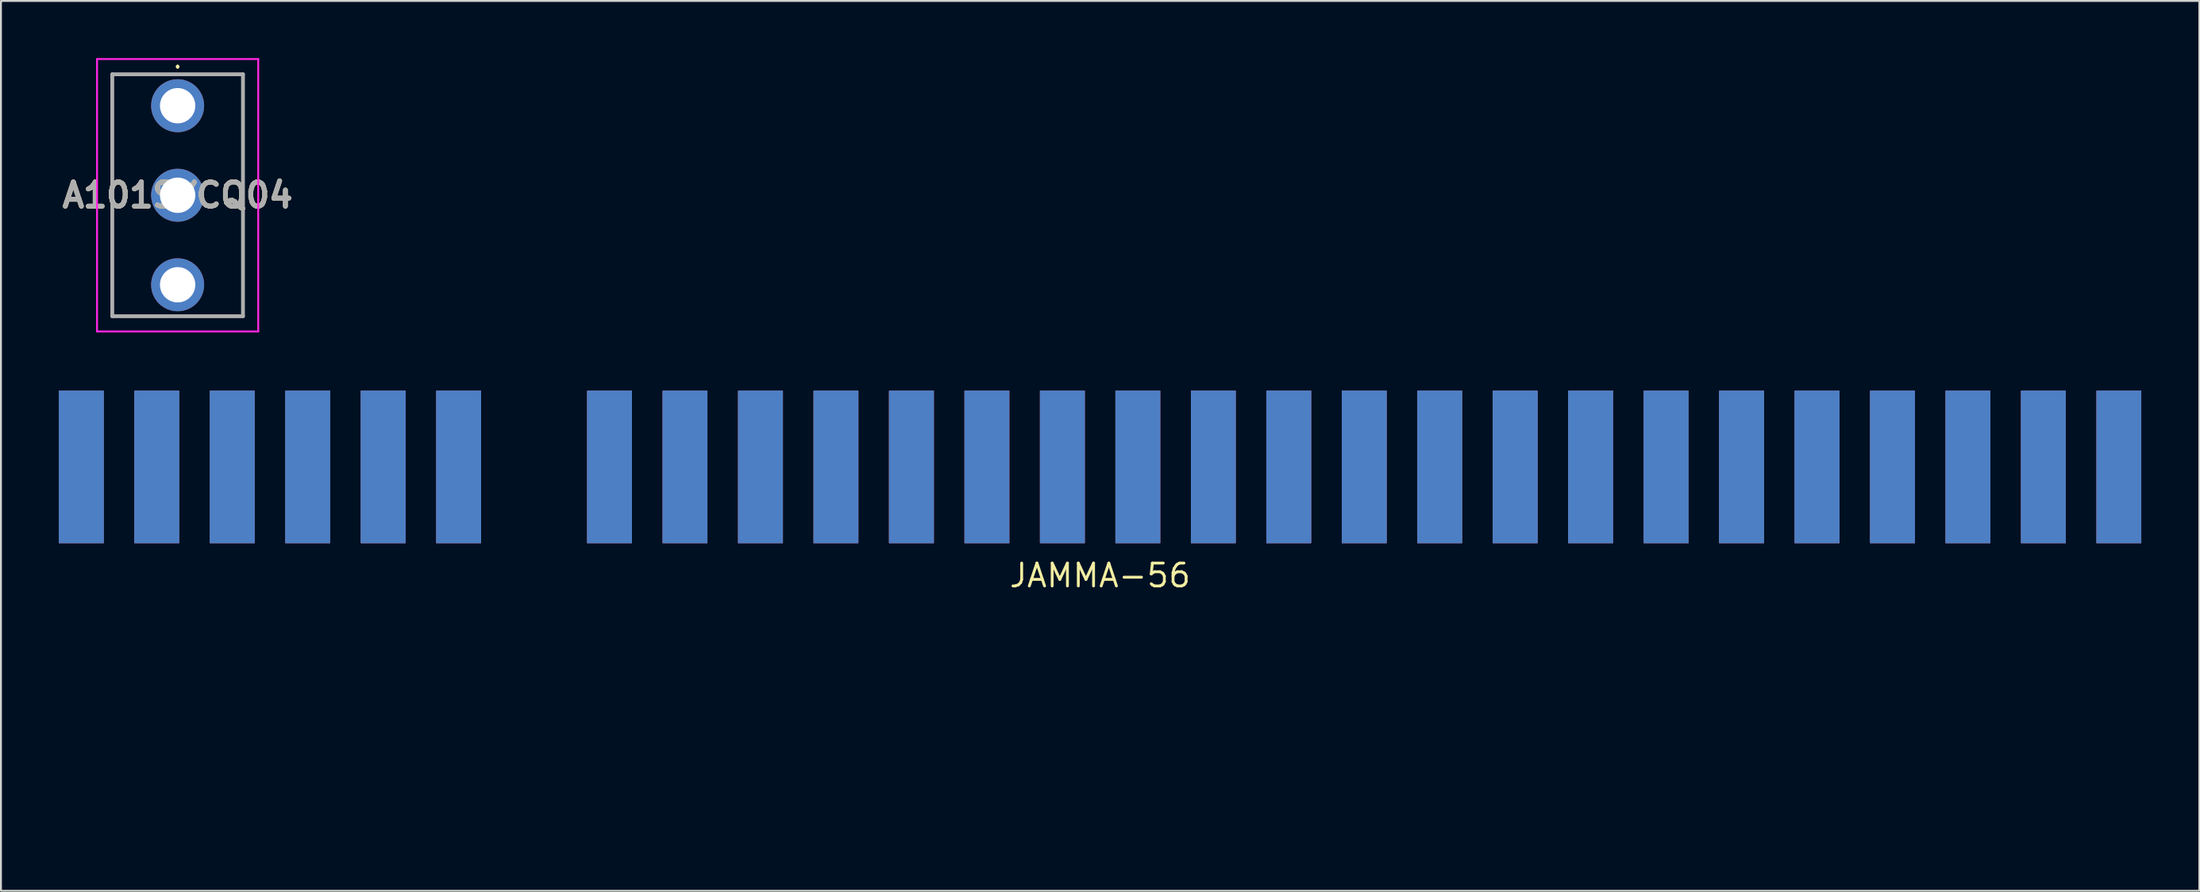
<source format=kicad_pcb>
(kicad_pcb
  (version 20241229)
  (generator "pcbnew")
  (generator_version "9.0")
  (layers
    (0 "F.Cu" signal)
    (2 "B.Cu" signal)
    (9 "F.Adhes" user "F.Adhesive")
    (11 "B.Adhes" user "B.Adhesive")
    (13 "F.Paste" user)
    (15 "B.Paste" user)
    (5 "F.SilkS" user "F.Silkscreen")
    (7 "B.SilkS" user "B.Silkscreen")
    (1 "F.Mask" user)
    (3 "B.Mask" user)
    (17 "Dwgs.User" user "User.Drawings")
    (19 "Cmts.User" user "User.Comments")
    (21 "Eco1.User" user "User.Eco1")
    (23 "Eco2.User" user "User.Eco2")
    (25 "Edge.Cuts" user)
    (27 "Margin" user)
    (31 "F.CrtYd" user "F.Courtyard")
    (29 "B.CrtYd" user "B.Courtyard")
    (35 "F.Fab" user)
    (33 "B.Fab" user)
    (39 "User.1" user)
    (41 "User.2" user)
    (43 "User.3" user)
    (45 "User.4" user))
  (footprint "A101SYCQ04"
    (layer "F.Cu")
    (at 6.271 2.5)
    (property "Reference" "A101SYCQ04" (at 0 4.7 0) (layer "F.SilkS") (effects (font (size 1.27 1.27) (thickness 0.254))))
    (attr through_hole)
    (fp_line (start -3.429 -1.65) (end -3.429 11.05) (stroke (width 0.1) (type solid)) (layer "F.SilkS"))
    (fp_line (start -3.429 11.05) (end -1.5 11.05) (stroke (width 0.1) (type solid)) (layer "F.SilkS"))
    (fp_line (start -1 -1.65) (end -3.429 -1.65) (stroke (width 0.1) (type solid)) (layer "F.SilkS"))
    (fp_line (start 0 -2.1) (end 0 -2.1) (stroke (width 0.1) (type solid)) (layer "F.SilkS"))
    (fp_line (start 0 -2) (end 0 -2) (stroke (width 0.1) (type solid)) (layer "F.SilkS"))
    (fp_line (start 1 11.05) (end 3.429 11.05) (stroke (width 0.1) (type solid)) (layer "F.SilkS"))
    (fp_line (start 3.429 -1.65) (end 1 -1.65) (stroke (width 0.1) (type solid)) (layer "F.SilkS"))
    (fp_line (start 3.429 11.05) (end 3.429 -1.65) (stroke (width 0.1) (type solid)) (layer "F.SilkS"))
    (fp_arc (start 0 -2.1) (mid 0.05 -2.05) (end 0 -2) (stroke (width 0.1) (type solid)) (layer "F.SilkS"))
    (fp_arc (start 0 -2) (mid -0.05 -2.05) (end 0 -2.1) (stroke (width 0.1) (type solid)) (layer "F.SilkS"))
    (fp_line (start -4.229 -2.45) (end 4.229 -2.45) (stroke (width 0.1) (type solid)) (layer "F.CrtYd"))
    (fp_line (start -4.229 11.85) (end -4.229 -2.45) (stroke (width 0.1) (type solid)) (layer "F.CrtYd"))
    (fp_line (start 4.229 -2.45) (end 4.229 11.85) (stroke (width 0.1) (type solid)) (layer "F.CrtYd"))
    (fp_line (start 4.229 11.85) (end -4.229 11.85) (stroke (width 0.1) (type solid)) (layer "F.CrtYd"))
    (fp_line (start -3.429 -1.65) (end 3.429 -1.65) (stroke (width 0.2) (type solid)) (layer "F.Fab"))
    (fp_line (start -3.429 11.05) (end -3.429 -1.65) (stroke (width 0.2) (type solid)) (layer "F.Fab"))
    (fp_line (start 3.429 -1.65) (end 3.429 11.05) (stroke (width 0.2) (type solid)) (layer "F.Fab"))
    (fp_line (start 3.429 11.05) (end -3.429 11.05) (stroke (width 0.2) (type solid)) (layer "F.Fab"))
    (fp_text user "${REFERENCE}" (at 0 4.7 0) (layer "F.Fab") (effects (font (size 1.27 1.27) (thickness 0.254))))
    (pad "1" thru_hole circle (at 0 0) (size 2.781 2.781) (drill 1.854) (layers "*.Cu" "*.Mask"))
    (pad "2" thru_hole circle (at 0 4.7) (size 2.781 2.781) (drill 1.854) (layers "*.Cu" "*.Mask"))
    (pad "3" thru_hole circle (at 0 9.4) (size 2.781 2.781) (drill 1.854) (layers "*.Cu" "*.Mask")))
  (footprint "JAMMA-56"
    (layer "F.Cu")
    (at 55.676 40.462)
    (property "Reference" "JAMMA-56" (at -1 -13.3 0) (layer "F.SilkS") (effects (font (size 1.2 1.2) (thickness 0.15))))
    (attr through_hole)
    (fp_poly (pts (xy -53.289 -15.011) (xy -55.626 -15.011) (xy -55.626 -23) (xy -53.289 -23)) (stroke (width 0.1) (type solid)) (fill yes) (layer "B.Mask"))
    (fp_poly (pts (xy -49.34 -15.011) (xy -51.676 -15.011) (xy -51.676 -23) (xy -49.34 -23)) (stroke (width 0.1) (type solid)) (fill yes) (layer "B.Mask"))
    (fp_poly (pts (xy -45.364 -15.011) (xy -47.701 -15.011) (xy -47.701 -23) (xy -45.364 -23)) (stroke (width 0.1) (type solid)) (fill yes) (layer "B.Mask"))
    (fp_poly (pts (xy -41.415 -15.011) (xy -43.752 -15.011) (xy -43.752 -23) (xy -41.415 -23)) (stroke (width 0.1) (type solid)) (fill yes) (layer "B.Mask"))
    (fp_poly (pts (xy -37.452 -15.011) (xy -39.789 -15.011) (xy -39.789 -23) (xy -37.452 -23)) (stroke (width 0.1) (type solid)) (fill yes) (layer "B.Mask"))
    (fp_poly (pts (xy -33.503 -15.011) (xy -35.839 -15.011) (xy -35.839 -23) (xy -33.503 -23)) (stroke (width 0.1) (type solid)) (fill yes) (layer "B.Mask"))
    (fp_poly (pts (xy -25.565 -14.999) (xy -27.902 -14.999) (xy -27.902 -22.987) (xy -25.565 -22.987)) (stroke (width 0.1) (type solid)) (fill yes) (layer "B.Mask"))
    (fp_poly (pts (xy -21.615 -14.999) (xy -23.952 -14.999) (xy -23.952 -22.987) (xy -21.615 -22.987)) (stroke (width 0.1) (type solid)) (fill yes) (layer "B.Mask"))
    (fp_poly (pts (xy -17.64 -14.999) (xy -19.977 -14.999) (xy -19.977 -22.987) (xy -17.64 -22.987)) (stroke (width 0.1) (type solid)) (fill yes) (layer "B.Mask"))
    (fp_poly (pts (xy -13.691 -14.999) (xy -16.027 -14.999) (xy -16.027 -22.987) (xy -13.691 -22.987)) (stroke (width 0.1) (type solid)) (fill yes) (layer "B.Mask"))
    (fp_poly (pts (xy -9.728 -14.999) (xy -12.065 -14.999) (xy -12.065 -22.987) (xy -9.728 -22.987)) (stroke (width 0.1) (type solid)) (fill yes) (layer "B.Mask"))
    (fp_poly (pts (xy -5.779 -14.999) (xy -8.115 -14.999) (xy -8.115 -22.987) (xy -5.779 -22.987)) (stroke (width 0.1) (type solid)) (fill yes) (layer "B.Mask"))
    (fp_poly (pts (xy -1.816 -15.011) (xy -4.153 -15.011) (xy -4.153 -23) (xy -1.816 -23)) (stroke (width 0.1) (type solid)) (fill yes) (layer "B.Mask"))
    (fp_poly (pts (xy 2.134 -15.011) (xy -0.203 -15.011) (xy -0.203 -23) (xy 2.134 -23)) (stroke (width 0.1) (type solid)) (fill yes) (layer "B.Mask"))
    (fp_poly (pts (xy 6.109 -15.011) (xy 3.772 -15.011) (xy 3.772 -23) (xy 6.109 -23)) (stroke (width 0.1) (type solid)) (fill yes) (layer "B.Mask"))
    (fp_poly (pts (xy 10.058 -15.011) (xy 7.722 -15.011) (xy 7.722 -23) (xy 10.058 -23)) (stroke (width 0.1) (type solid)) (fill yes) (layer "B.Mask"))
    (fp_poly (pts (xy 14.021 -15.011) (xy 11.684 -15.011) (xy 11.684 -23) (xy 14.021 -23)) (stroke (width 0.1) (type solid)) (fill yes) (layer "B.Mask"))
    (fp_poly (pts (xy 17.971 -15.011) (xy 15.634 -15.011) (xy 15.634 -23) (xy 17.971 -23)) (stroke (width 0.1) (type solid)) (fill yes) (layer "B.Mask"))
    (fp_poly (pts (xy 21.971 -15.011) (xy 19.634 -15.011) (xy 19.634 -23) (xy 21.971 -23)) (stroke (width 0.1) (type solid)) (fill yes) (layer "B.Mask"))
    (fp_poly (pts (xy 25.933 -15.011) (xy 23.597 -15.011) (xy 23.597 -23) (xy 25.933 -23)) (stroke (width 0.1) (type solid)) (fill yes) (layer "B.Mask"))
    (fp_poly (pts (xy 29.883 -15.011) (xy 27.546 -15.011) (xy 27.546 -23) (xy 29.883 -23)) (stroke (width 0.1) (type solid)) (fill yes) (layer "B.Mask"))
    (fp_poly (pts (xy 33.846 -15.024) (xy 31.509 -15.024) (xy 31.509 -23.012) (xy 33.846 -23.012)) (stroke (width 0.1) (type solid)) (fill yes) (layer "B.Mask"))
    (fp_poly (pts (xy 37.795 -15.024) (xy 35.458 -15.024) (xy 35.458 -23.012) (xy 37.795 -23.012)) (stroke (width 0.1) (type solid)) (fill yes) (layer "B.Mask"))
    (fp_poly (pts (xy 41.77 -15.024) (xy 39.434 -15.024) (xy 39.434 -23.012) (xy 41.77 -23.012)) (stroke (width 0.1) (type solid)) (fill yes) (layer "B.Mask"))
    (fp_poly (pts (xy 45.72 -15.024) (xy 43.383 -15.024) (xy 43.383 -23.012) (xy 45.72 -23.012)) (stroke (width 0.1) (type solid)) (fill yes) (layer "B.Mask"))
    (fp_poly (pts (xy 49.682 -15.024) (xy 47.346 -15.024) (xy 47.346 -23.012) (xy 49.682 -23.012)) (stroke (width 0.1) (type solid)) (fill yes) (layer "B.Mask"))
    (fp_poly (pts (xy 53.632 -15.024) (xy 51.295 -15.024) (xy 51.295 -23.012) (xy 53.632 -23.012)) (stroke (width 0.1) (type solid)) (fill yes) (layer "B.Mask"))
    (pad "1" smd rect (at -54.46 -19) (size 2.35 8) (layers "F.Cu" "F.Mask" "F.Paste"))
    (pad "1" smd rect (at -54.46 -19) (size 2.35 8) (layers "F.Cu" "F.Mask" "F.Paste"))
    (pad "2" smd rect (at -50.5 -19) (size 2.35 8) (layers "F.Cu" "F.Mask" "F.Paste"))
    (pad "2" smd rect (at -50.5 -19) (size 2.35 8) (layers "F.Cu" "F.Mask" "F.Paste"))
    (pad "3" smd rect (at -46.54 -19) (size 2.35 8) (layers "F.Cu" "F.Mask" "F.Paste"))
    (pad "3" smd rect (at -46.54 -19) (size 2.35 8) (layers "F.Cu" "F.Mask" "F.Paste"))
    (pad "4" smd rect (at -42.58 -19) (size 2.35 8) (layers "F.Cu" "F.Mask" "F.Paste"))
    (pad "4" smd rect (at -42.58 -19) (size 2.35 8) (layers "F.Cu" "F.Mask" "F.Paste"))
    (pad "5" smd rect (at -38.62 -19) (size 2.35 8) (layers "F.Cu" "F.Mask" "F.Paste"))
    (pad "5" smd rect (at -38.62 -19) (size 2.35 8) (layers "F.Cu" "F.Mask" "F.Paste"))
    (pad "6" smd rect (at -34.66 -19) (size 2.35 8) (layers "F.Cu" "F.Mask" "F.Paste"))
    (pad "6" smd rect (at -34.66 -19) (size 2.35 8) (layers "F.Cu" "F.Mask" "F.Paste"))
    (pad "8" smd rect (at -26.74 -19) (size 2.35 8) (layers "F.Cu" "F.Mask" "F.Paste"))
    (pad "8" smd rect (at -26.74 -19) (size 2.35 8) (layers "F.Cu" "F.Mask" "F.Paste"))
    (pad "9" smd rect (at -22.78 -19) (size 2.35 8) (layers "F.Cu" "F.Mask" "F.Paste"))
    (pad "9" smd rect (at -22.78 -19) (size 2.35 8) (layers "F.Cu" "F.Mask" "F.Paste"))
    (pad "10" smd rect (at -18.82 -19) (size 2.35 8) (layers "F.Cu" "F.Mask" "F.Paste"))
    (pad "10" smd rect (at -18.82 -19) (size 2.35 8) (layers "F.Cu" "F.Mask" "F.Paste"))
    (pad "11" smd rect (at -14.86 -19) (size 2.35 8) (layers "F.Cu" "F.Mask" "F.Paste"))
    (pad "11" smd rect (at -14.86 -19) (size 2.35 8) (layers "F.Cu" "F.Mask" "F.Paste"))
    (pad "12" smd rect (at -10.9 -19) (size 2.35 8) (layers "F.Cu" "F.Mask" "F.Paste"))
    (pad "12" smd rect (at -10.9 -19) (size 2.35 8) (layers "F.Cu" "F.Mask" "F.Paste"))
    (pad "13" smd rect (at -6.94 -19) (size 2.35 8) (layers "F.Cu" "F.Mask" "F.Paste"))
    (pad "13" smd rect (at -6.94 -19) (size 2.35 8) (layers "F.Cu" "F.Mask" "F.Paste"))
    (pad "14" smd rect (at -2.98 -19) (size 2.35 8) (layers "F.Cu" "F.Mask" "F.Paste"))
    (pad "14" smd rect (at -2.98 -19) (size 2.35 8) (layers "F.Cu" "F.Mask" "F.Paste"))
    (pad "15" smd rect (at 0.98 -19) (size 2.35 8) (layers "F.Cu" "F.Mask" "F.Paste"))
    (pad "15" smd rect (at 0.98 -19) (size 2.35 8) (layers "F.Cu" "F.Mask" "F.Paste"))
    (pad "16" smd rect (at 4.94 -19) (size 2.35 8) (layers "F.Cu" "F.Mask" "F.Paste"))
    (pad "16" smd rect (at 4.94 -19) (size 2.35 8) (layers "F.Cu" "F.Mask" "F.Paste"))
    (pad "17" smd rect (at 8.9 -19) (size 2.35 8) (layers "F.Cu" "F.Mask" "F.Paste"))
    (pad "17" smd rect (at 8.9 -19) (size 2.35 8) (layers "F.Cu" "F.Mask" "F.Paste"))
    (pad "18" smd rect (at 12.86 -19) (size 2.35 8) (layers "F.Cu" "F.Mask" "F.Paste"))
    (pad "18" smd rect (at 12.86 -19) (size 2.35 8) (layers "F.Cu" "F.Mask" "F.Paste"))
    (pad "19" smd rect (at 16.82 -19) (size 2.35 8) (layers "F.Cu" "F.Mask" "F.Paste"))
    (pad "19" smd rect (at 16.82 -19) (size 2.35 8) (layers "F.Cu" "F.Mask" "F.Paste"))
    (pad "20" smd rect (at 20.78 -19) (size 2.35 8) (layers "F.Cu" "F.Mask" "F.Paste"))
    (pad "20" smd rect (at 20.78 -19) (size 2.35 8) (layers "F.Cu" "F.Mask" "F.Paste"))
    (pad "21" smd rect (at 24.74 -19) (size 2.35 8) (layers "F.Cu" "F.Mask" "F.Paste"))
    (pad "21" smd rect (at 24.74 -19) (size 2.35 8) (layers "F.Cu" "F.Mask" "F.Paste"))
    (pad "22" smd rect (at 28.7 -19) (size 2.35 8) (layers "F.Cu" "F.Mask" "F.Paste"))
    (pad "22" smd rect (at 28.7 -19) (size 2.35 8) (layers "F.Cu" "F.Mask" "F.Paste"))
    (pad "23" smd rect (at 32.66 -19) (size 2.35 8) (layers "F.Cu" "F.Mask" "F.Paste"))
    (pad "23" smd rect (at 32.66 -19) (size 2.35 8) (layers "F.Cu" "F.Mask" "F.Paste"))
    (pad "24" smd rect (at 36.62 -19) (size 2.35 8) (layers "F.Cu" "F.Mask" "F.Paste"))
    (pad "24" smd rect (at 36.62 -19) (size 2.35 8) (layers "F.Cu" "F.Mask" "F.Paste"))
    (pad "25" smd rect (at 40.58 -19) (size 2.35 8) (layers "F.Cu" "F.Mask" "F.Paste"))
    (pad "25" smd rect (at 40.58 -19) (size 2.35 8) (layers "F.Cu" "F.Mask" "F.Paste"))
    (pad "26" smd rect (at 44.54 -19) (size 2.35 8) (layers "F.Cu" "F.Mask" "F.Paste"))
    (pad "26" smd rect (at 44.54 -19) (size 2.35 8) (layers "F.Cu" "F.Mask" "F.Paste"))
    (pad "27" smd rect (at 48.5 -19) (size 2.35 8) (layers "F.Cu" "F.Mask" "F.Paste"))
    (pad "27" smd rect (at 48.5 -19) (size 2.35 8) (layers "F.Cu" "F.Mask" "F.Paste"))
    (pad "28" smd rect (at 52.46 -19) (size 2.35 8) (layers "F.Cu" "F.Mask" "F.Paste"))
    (pad "28" smd rect (at 52.46 -19) (size 2.35 8) (layers "F.Cu" "F.Mask" "F.Paste"))
    (pad "A" smd rect (at -54.46 -19) (size 2.35 8) (layers "F.Mask" "B.Cu" "F.Paste"))
    (pad "A" smd rect (at -54.46 -19) (size 2.35 8) (layers "F.Mask" "B.Cu" "F.Paste"))
    (pad "B" smd rect (at -50.5 -19) (size 2.35 8) (layers "F.Mask" "B.Cu" "F.Paste"))
    (pad "B" smd rect (at -50.5 -19) (size 2.35 8) (layers "F.Mask" "B.Cu" "F.Paste"))
    (pad "C" smd rect (at -46.54 -19) (size 2.35 8) (layers "F.Mask" "B.Cu" "F.Paste"))
    (pad "C" smd rect (at -46.54 -19) (size 2.35 8) (layers "F.Mask" "B.Cu" "F.Paste"))
    (pad "D" smd rect (at -42.58 -19) (size 2.35 8) (layers "F.Mask" "B.Cu" "F.Paste"))
    (pad "D" smd rect (at -42.58 -19) (size 2.35 8) (layers "F.Mask" "B.Cu" "F.Paste"))
    (pad "E" smd rect (at -38.62 -19) (size 2.35 8) (layers "F.Mask" "B.Cu" "F.Paste"))
    (pad "E" smd rect (at -38.62 -19) (size 2.35 8) (layers "F.Mask" "B.Cu" "F.Paste"))
    (pad "F" smd rect (at -34.66 -19) (size 2.35 8) (layers "F.Mask" "B.Cu" "F.Paste"))
    (pad "F" smd rect (at -34.66 -19) (size 2.35 8) (layers "F.Mask" "B.Cu" "F.Paste"))
    (pad "J" smd rect (at -26.74 -19) (size 2.35 8) (layers "F.Mask" "B.Cu" "F.Paste"))
    (pad "J" smd rect (at -26.74 -19) (size 2.35 8) (layers "F.Mask" "B.Cu" "F.Paste"))
    (pad "K" smd rect (at -22.78 -19) (size 2.35 8) (layers "F.Mask" "B.Cu" "F.Paste"))
    (pad "K" smd rect (at -22.78 -19) (size 2.35 8) (layers "F.Mask" "B.Cu" "F.Paste"))
    (pad "L" smd rect (at -18.82 -19) (size 2.35 8) (layers "F.Mask" "B.Cu" "F.Paste"))
    (pad "L" smd rect (at -18.82 -19) (size 2.35 8) (layers "F.Mask" "B.Cu" "F.Paste"))
    (pad "M" smd rect (at -14.86 -19) (size 2.35 8) (layers "F.Mask" "B.Cu" "F.Paste"))
    (pad "M" smd rect (at -14.86 -19) (size 2.35 8) (layers "F.Mask" "B.Cu" "F.Paste"))
    (pad "N" smd rect (at -10.9 -19) (size 2.35 8) (layers "F.Mask" "B.Cu" "F.Paste"))
    (pad "N" smd rect (at -10.9 -19) (size 2.35 8) (layers "F.Mask" "B.Cu" "F.Paste"))
    (pad "P" smd rect (at -6.94 -19) (size 2.35 8) (layers "F.Mask" "B.Cu" "F.Paste"))
    (pad "P" smd rect (at -6.94 -19) (size 2.35 8) (layers "F.Mask" "B.Cu" "F.Paste"))
    (pad "R" smd rect (at -2.98 -19) (size 2.35 8) (layers "F.Mask" "B.Cu" "F.Paste"))
    (pad "R" smd rect (at -2.98 -19) (size 2.35 8) (layers "F.Mask" "B.Cu" "F.Paste"))
    (pad "S" smd rect (at 0.98 -19) (size 2.35 8) (layers "F.Mask" "B.Cu" "F.Paste"))
    (pad "S" smd rect (at 0.98 -19) (size 2.35 8) (layers "F.Mask" "B.Cu" "F.Paste"))
    (pad "T" smd rect (at 4.94 -19) (size 2.35 8) (layers "F.Mask" "B.Cu" "F.Paste"))
    (pad "T" smd rect (at 4.94 -19) (size 2.35 8) (layers "F.Mask" "B.Cu" "F.Paste"))
    (pad "U" smd rect (at 8.9 -19) (size 2.35 8) (layers "F.Mask" "B.Cu" "F.Paste"))
    (pad "U" smd rect (at 8.9 -19) (size 2.35 8) (layers "F.Mask" "B.Cu" "F.Paste"))
    (pad "V" smd rect (at 12.86 -19) (size 2.35 8) (layers "F.Mask" "B.Cu" "F.Paste"))
    (pad "V" smd rect (at 12.86 -19) (size 2.35 8) (layers "F.Mask" "B.Cu" "F.Paste"))
    (pad "W" smd rect (at 16.82 -19) (size 2.35 8) (layers "F.Mask" "B.Cu" "F.Paste"))
    (pad "W" smd rect (at 16.82 -19) (size 2.35 8) (layers "F.Mask" "B.Cu" "F.Paste"))
    (pad "X" smd rect (at 20.78 -19) (size 2.35 8) (layers "F.Mask" "B.Cu" "F.Paste"))
    (pad "X" smd rect (at 20.78 -19) (size 2.35 8) (layers "F.Mask" "B.Cu" "F.Paste"))
    (pad "Y" smd rect (at 24.74 -19) (size 2.35 8) (layers "F.Mask" "B.Cu" "F.Paste"))
    (pad "Y" smd rect (at 24.74 -19) (size 2.35 8) (layers "F.Mask" "B.Cu" "F.Paste"))
    (pad "Z" smd rect (at 28.7 -19) (size 2.35 8) (layers "F.Mask" "B.Cu" "F.Paste"))
    (pad "Z" smd rect (at 28.7 -19) (size 2.35 8) (layers "F.Mask" "B.Cu" "F.Paste"))
    (pad "a" smd rect (at 32.66 -19) (size 2.35 8) (layers "F.Mask" "B.Cu" "F.Paste"))
    (pad "a" smd rect (at 32.66 -19) (size 2.35 8) (layers "F.Mask" "B.Cu" "F.Paste"))
    (pad "b" smd rect (at 36.62 -19) (size 2.35 8) (layers "F.Mask" "B.Cu" "F.Paste"))
    (pad "b" smd rect (at 36.62 -19) (size 2.35 8) (layers "F.Mask" "B.Cu" "F.Paste"))
    (pad "c" smd rect (at 40.58 -19) (size 2.35 8) (layers "F.Mask" "B.Cu" "F.Paste"))
    (pad "c" smd rect (at 40.58 -19) (size 2.35 8) (layers "F.Mask" "B.Cu" "F.Paste"))
    (pad "d" smd rect (at 44.54 -19) (size 2.35 8) (layers "F.Mask" "B.Cu" "F.Paste"))
    (pad "d" smd rect (at 44.54 -19) (size 2.35 8) (layers "F.Mask" "B.Cu" "F.Paste"))
    (pad "e" smd rect (at 48.5 -19) (size 2.35 8) (layers "F.Mask" "B.Cu" "F.Paste"))
    (pad "e" smd rect (at 48.5 -19) (size 2.35 8) (layers "F.Mask" "B.Cu" "F.Paste"))
    (pad "f" smd rect (at 52.46 -19) (size 2.35 8) (layers "F.Mask" "B.Cu" "F.Paste"))
    (pad "f" smd rect (at 52.46 -19) (size 2.35 8) (layers "F.Mask" "B.Cu" "F.Paste")))
  (gr_rect
    (start -3 -3)
    (end 112.358 43.712)
    (stroke (width 0.1) (type default))
    (fill no)
    (layer "Edge.Cuts")))
</source>
